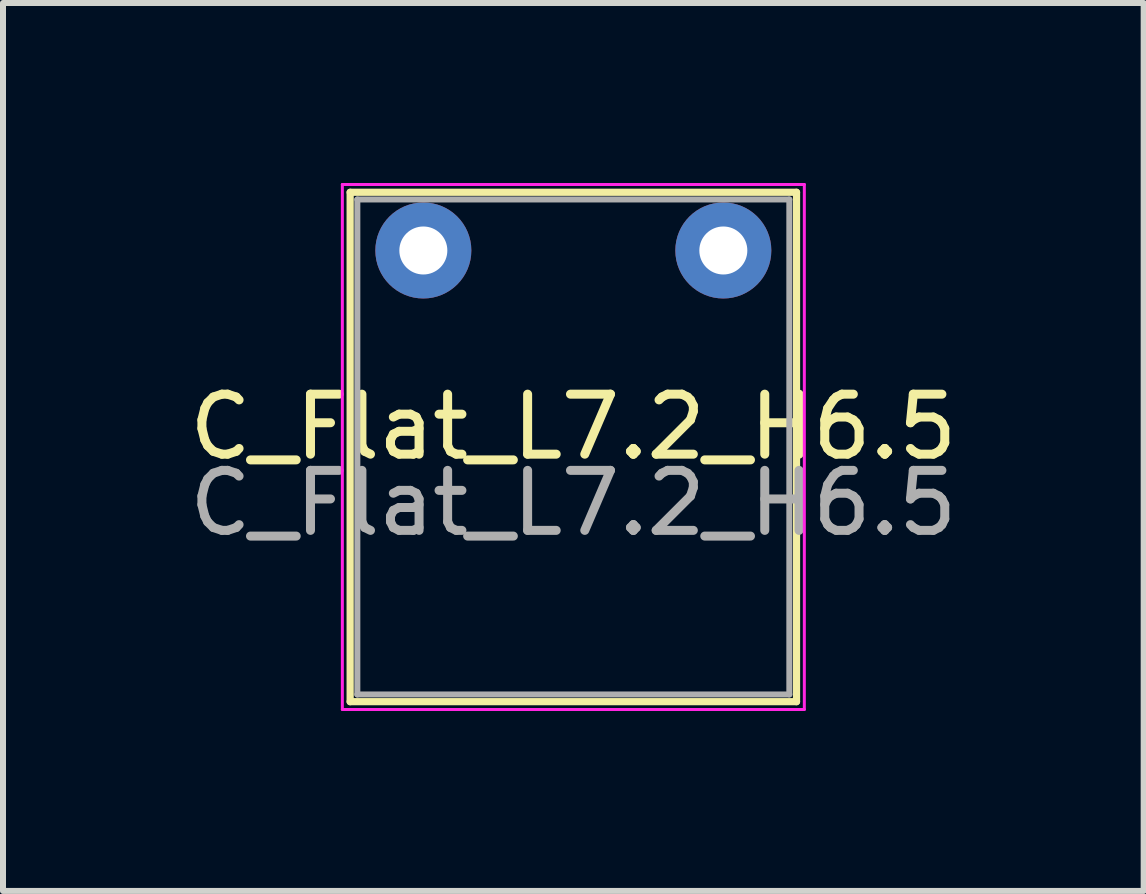
<source format=kicad_pcb>
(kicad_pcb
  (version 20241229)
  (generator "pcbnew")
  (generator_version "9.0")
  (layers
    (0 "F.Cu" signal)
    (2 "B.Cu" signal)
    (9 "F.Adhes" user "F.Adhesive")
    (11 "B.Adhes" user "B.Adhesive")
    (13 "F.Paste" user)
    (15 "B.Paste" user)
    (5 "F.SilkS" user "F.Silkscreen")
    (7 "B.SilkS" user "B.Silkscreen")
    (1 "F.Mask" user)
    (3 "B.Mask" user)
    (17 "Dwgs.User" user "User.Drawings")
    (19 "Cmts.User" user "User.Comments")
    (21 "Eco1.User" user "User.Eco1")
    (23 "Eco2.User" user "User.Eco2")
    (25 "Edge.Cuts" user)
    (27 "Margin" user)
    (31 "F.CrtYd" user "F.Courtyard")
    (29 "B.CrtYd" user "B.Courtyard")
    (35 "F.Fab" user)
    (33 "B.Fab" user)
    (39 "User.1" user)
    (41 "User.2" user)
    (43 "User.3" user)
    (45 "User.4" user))
  (footprint "C_Flat_L7.2_H6.5"
    (layer "F.Cu")
    (at 4.006 1.525)
    (property "Reference" "C_Flat_L7.2_H6.5" (at 2.5 2.54 0) (layer "F.SilkS") (effects (font (size 1 1) (thickness 0.15))))
    (attr through_hole)
    (fp_line (start -1.22 -1.37) (end -1.22 7.12) (stroke (width 0.12) (type solid)) (layer "F.SilkS"))
    (fp_line (start -1.22 -1.37) (end 6.22 -1.37) (stroke (width 0.12) (type solid)) (layer "F.SilkS"))
    (fp_line (start -1.22 7.12) (end 6.22 7.12) (stroke (width 0.12) (type solid)) (layer "F.SilkS"))
    (fp_line (start 6.22 -1.37) (end 6.22 7.12) (stroke (width 0.12) (type solid)) (layer "F.SilkS"))
    (fp_line (start -1.35 -1.5) (end -1.35 7.25) (stroke (width 0.05) (type solid)) (layer "F.CrtYd"))
    (fp_line (start -1.35 7.25) (end 6.35 7.25) (stroke (width 0.05) (type solid)) (layer "F.CrtYd"))
    (fp_line (start 6.35 -1.5) (end -1.35 -1.5) (stroke (width 0.05) (type solid)) (layer "F.CrtYd"))
    (fp_line (start 6.35 7.25) (end 6.35 -1.5) (stroke (width 0.05) (type solid)) (layer "F.CrtYd"))
    (fp_line (start -1.1 -1.25) (end -1.1 7) (stroke (width 0.1) (type solid)) (layer "F.Fab"))
    (fp_line (start -1.1 7) (end 6.1 7) (stroke (width 0.1) (type solid)) (layer "F.Fab"))
    (fp_line (start 6.1 -1.25) (end -1.1 -1.25) (stroke (width 0.1) (type solid)) (layer "F.Fab"))
    (fp_line (start 6.1 7) (end 6.1 -1.25) (stroke (width 0.1) (type solid)) (layer "F.Fab"))
    (fp_text user "${REFERENCE}" (at 2.5 3.81 0) (layer "F.Fab") (effects (font (size 1 1) (thickness 0.15))))
    (pad "1" thru_hole circle (at 0 -0.4) (size 1.6 1.6) (drill 0.8) (layers "*.Cu" "*.Mask"))
    (pad "2" thru_hole circle (at 5 -0.4) (size 1.6 1.6) (drill 0.8) (layers "*.Cu" "*.Mask")))
  (gr_rect
    (start -3 -3)
    (end 16.012 11.8)
    (stroke (width 0.1) (type default))
    (fill no)
    (layer "Edge.Cuts")))
</source>
